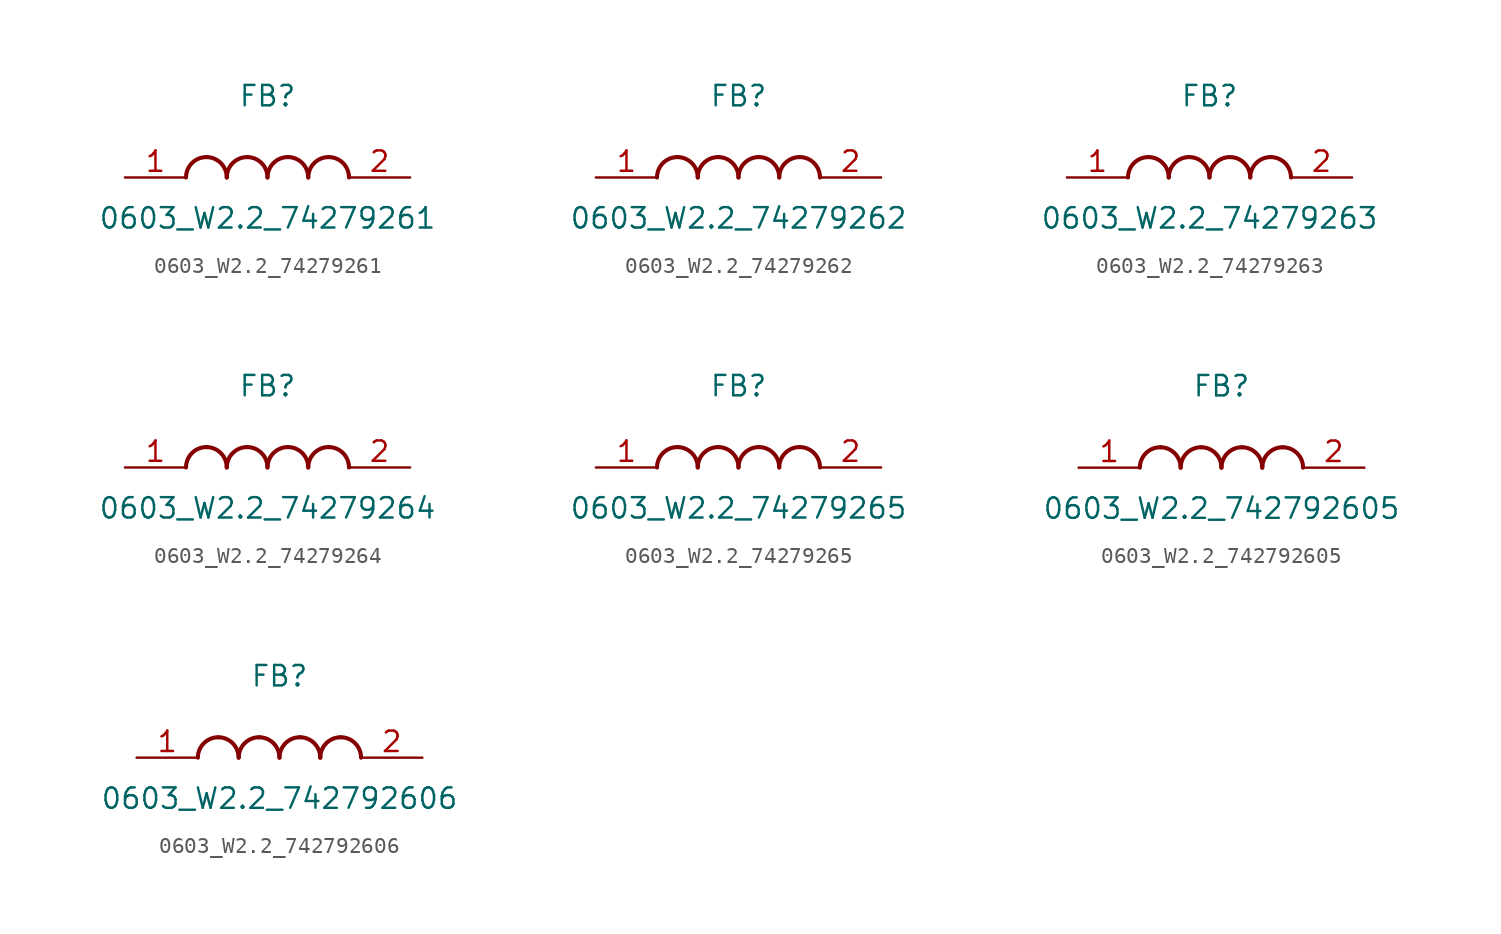
<source format=kicad_sym>
(kicad_symbol_lib
  (version 20211014)
  (generator kicad_symbol_editor)
  (symbol "Ferrite_Wurth_WE-CBF:0603_W2.2_74279261"
    (pin_names hide)
    (property "Reference" "FB"
      (at 0 5.08 0)
      (effects (font (size 1.27 1.27))))
    (property "Value" "0603_W2.2_74279261"
      (at 0 -2.54 0)
      (effects (font (size 1.27 1.27))))
    (symbol "0603_W2.2_74279261_0_1"
      (arc (start -3.81 1.27) (mid -4.708 0.898) (end -5.08 0) (stroke (width 0.254) (type default)) (fill (type none)))
      (arc (start -2.54 0) (mid -2.912 0.898) (end -3.81 1.27) (stroke (width 0.254) (type default)) (fill (type none)))
      (arc (start -1.2699 1.2701) (mid -2.1679 0.8981) (end -2.5399 0.0001) (stroke (width 0.254) (type default)) (fill (type none)))
      (arc (start 0.0001 0.0001) (mid -0.3719 0.8981) (end -1.2699 1.2701) (stroke (width 0.254) (type default)) (fill (type none)))
      (arc (start 1.2701 1.2701) (mid 0.3721 0.8981) (end 0.0001 0.0001) (stroke (width 0.254) (type default)) (fill (type none)))
      (arc (start 2.5401 0.0001) (mid 2.1681 0.8981) (end 1.2701 1.2701) (stroke (width 0.254) (type default)) (fill (type none)))
      (arc (start 3.8101 1.2701) (mid 2.9121 0.8981) (end 2.5401 0.0001) (stroke (width 0.254) (type default)) (fill (type none)))
      (arc (start 5.0801 0.0001) (mid 4.7081 0.8981) (end 3.8101 1.2701) (stroke (width 0.254) (type default)) (fill (type none))))
    (symbol "0603_W2.2_74279261_1_1"
      (pin passive line (at -8.89 0 0) (length 3.81) (name "1" (effects (font (size 1.27 1.27)))) (number "1" (effects (font (size 1.27 1.27)))))
      (pin passive line (at 8.89 0 180) (length 3.81) (name "2" (effects (font (size 1.27 1.27)))) (number "2" (effects (font (size 1.27 1.27)))))))
  (symbol "Ferrite_Wurth_WE-CBF:0603_W2.2_74279262"
    (pin_names hide)
    (property "Reference" "FB"
      (at 0 5.08 0)
      (effects (font (size 1.27 1.27))))
    (property "Value" "0603_W2.2_74279262"
      (at 0 -2.54 0)
      (effects (font (size 1.27 1.27))))
    (symbol "0603_W2.2_74279262_0_1"
      (arc (start -3.81 1.27) (mid -4.708 0.898) (end -5.08 0) (stroke (width 0.254) (type default)) (fill (type none)))
      (arc (start -2.54 0) (mid -2.912 0.898) (end -3.81 1.27) (stroke (width 0.254) (type default)) (fill (type none)))
      (arc (start -1.2699 1.2701) (mid -2.1679 0.8981) (end -2.5399 0.0001) (stroke (width 0.254) (type default)) (fill (type none)))
      (arc (start 0.0001 0.0001) (mid -0.3719 0.8981) (end -1.2699 1.2701) (stroke (width 0.254) (type default)) (fill (type none)))
      (arc (start 1.2701 1.2701) (mid 0.3721 0.8981) (end 0.0001 0.0001) (stroke (width 0.254) (type default)) (fill (type none)))
      (arc (start 2.5401 0.0001) (mid 2.1681 0.8981) (end 1.2701 1.2701) (stroke (width 0.254) (type default)) (fill (type none)))
      (arc (start 3.8101 1.2701) (mid 2.9121 0.8981) (end 2.5401 0.0001) (stroke (width 0.254) (type default)) (fill (type none)))
      (arc (start 5.0801 0.0001) (mid 4.7081 0.8981) (end 3.8101 1.2701) (stroke (width 0.254) (type default)) (fill (type none))))
    (symbol "0603_W2.2_74279262_1_1"
      (pin passive line (at -8.89 0 0) (length 3.81) (name "1" (effects (font (size 1.27 1.27)))) (number "1" (effects (font (size 1.27 1.27)))))
      (pin passive line (at 8.89 0 180) (length 3.81) (name "2" (effects (font (size 1.27 1.27)))) (number "2" (effects (font (size 1.27 1.27)))))))
  (symbol "Ferrite_Wurth_WE-CBF:0603_W2.2_74279263"
    (pin_names hide)
    (property "Reference" "FB"
      (at 0 5.08 0)
      (effects (font (size 1.27 1.27))))
    (property "Value" "0603_W2.2_74279263"
      (at 0 -2.54 0)
      (effects (font (size 1.27 1.27))))
    (symbol "0603_W2.2_74279263_0_1"
      (arc (start -3.81 1.27) (mid -4.708 0.898) (end -5.08 0) (stroke (width 0.254) (type default)) (fill (type none)))
      (arc (start -2.54 0) (mid -2.912 0.898) (end -3.81 1.27) (stroke (width 0.254) (type default)) (fill (type none)))
      (arc (start -1.2699 1.2701) (mid -2.1679 0.8981) (end -2.5399 0.0001) (stroke (width 0.254) (type default)) (fill (type none)))
      (arc (start 0.0001 0.0001) (mid -0.3719 0.8981) (end -1.2699 1.2701) (stroke (width 0.254) (type default)) (fill (type none)))
      (arc (start 1.2701 1.2701) (mid 0.3721 0.8981) (end 0.0001 0.0001) (stroke (width 0.254) (type default)) (fill (type none)))
      (arc (start 2.5401 0.0001) (mid 2.1681 0.8981) (end 1.2701 1.2701) (stroke (width 0.254) (type default)) (fill (type none)))
      (arc (start 3.8101 1.2701) (mid 2.9121 0.8981) (end 2.5401 0.0001) (stroke (width 0.254) (type default)) (fill (type none)))
      (arc (start 5.0801 0.0001) (mid 4.7081 0.8981) (end 3.8101 1.2701) (stroke (width 0.254) (type default)) (fill (type none))))
    (symbol "0603_W2.2_74279263_1_1"
      (pin passive line (at -8.89 0 0) (length 3.81) (name "1" (effects (font (size 1.27 1.27)))) (number "1" (effects (font (size 1.27 1.27)))))
      (pin passive line (at 8.89 0 180) (length 3.81) (name "2" (effects (font (size 1.27 1.27)))) (number "2" (effects (font (size 1.27 1.27)))))))
  (symbol "Ferrite_Wurth_WE-CBF:0603_W2.2_74279264"
    (pin_names hide)
    (property "Reference" "FB"
      (at 0 5.08 0)
      (effects (font (size 1.27 1.27))))
    (property "Value" "0603_W2.2_74279264"
      (at 0 -2.54 0)
      (effects (font (size 1.27 1.27))))
    (symbol "0603_W2.2_74279264_0_1"
      (arc (start -3.81 1.27) (mid -4.708 0.898) (end -5.08 0) (stroke (width 0.254) (type default)) (fill (type none)))
      (arc (start -2.54 0) (mid -2.912 0.898) (end -3.81 1.27) (stroke (width 0.254) (type default)) (fill (type none)))
      (arc (start -1.2699 1.2701) (mid -2.1679 0.8981) (end -2.5399 0.0001) (stroke (width 0.254) (type default)) (fill (type none)))
      (arc (start 0.0001 0.0001) (mid -0.3719 0.8981) (end -1.2699 1.2701) (stroke (width 0.254) (type default)) (fill (type none)))
      (arc (start 1.2701 1.2701) (mid 0.3721 0.8981) (end 0.0001 0.0001) (stroke (width 0.254) (type default)) (fill (type none)))
      (arc (start 2.5401 0.0001) (mid 2.1681 0.8981) (end 1.2701 1.2701) (stroke (width 0.254) (type default)) (fill (type none)))
      (arc (start 3.8101 1.2701) (mid 2.9121 0.8981) (end 2.5401 0.0001) (stroke (width 0.254) (type default)) (fill (type none)))
      (arc (start 5.0801 0.0001) (mid 4.7081 0.8981) (end 3.8101 1.2701) (stroke (width 0.254) (type default)) (fill (type none))))
    (symbol "0603_W2.2_74279264_1_1"
      (pin passive line (at -8.89 0 0) (length 3.81) (name "1" (effects (font (size 1.27 1.27)))) (number "1" (effects (font (size 1.27 1.27)))))
      (pin passive line (at 8.89 0 180) (length 3.81) (name "2" (effects (font (size 1.27 1.27)))) (number "2" (effects (font (size 1.27 1.27)))))))
  (symbol "Ferrite_Wurth_WE-CBF:0603_W2.2_74279265"
    (pin_names hide)
    (property "Reference" "FB"
      (at 0 5.08 0)
      (effects (font (size 1.27 1.27))))
    (property "Value" "0603_W2.2_74279265"
      (at 0 -2.54 0)
      (effects (font (size 1.27 1.27))))
    (symbol "0603_W2.2_74279265_0_1"
      (arc (start -3.81 1.27) (mid -4.708 0.898) (end -5.08 0) (stroke (width 0.254) (type default)) (fill (type none)))
      (arc (start -2.54 0) (mid -2.912 0.898) (end -3.81 1.27) (stroke (width 0.254) (type default)) (fill (type none)))
      (arc (start -1.2699 1.2701) (mid -2.1679 0.8981) (end -2.5399 0.0001) (stroke (width 0.254) (type default)) (fill (type none)))
      (arc (start 0.0001 0.0001) (mid -0.3719 0.8981) (end -1.2699 1.2701) (stroke (width 0.254) (type default)) (fill (type none)))
      (arc (start 1.2701 1.2701) (mid 0.3721 0.8981) (end 0.0001 0.0001) (stroke (width 0.254) (type default)) (fill (type none)))
      (arc (start 2.5401 0.0001) (mid 2.1681 0.8981) (end 1.2701 1.2701) (stroke (width 0.254) (type default)) (fill (type none)))
      (arc (start 3.8101 1.2701) (mid 2.9121 0.8981) (end 2.5401 0.0001) (stroke (width 0.254) (type default)) (fill (type none)))
      (arc (start 5.0801 0.0001) (mid 4.7081 0.8981) (end 3.8101 1.2701) (stroke (width 0.254) (type default)) (fill (type none))))
    (symbol "0603_W2.2_74279265_1_1"
      (pin passive line (at -8.89 0 0) (length 3.81) (name "1" (effects (font (size 1.27 1.27)))) (number "1" (effects (font (size 1.27 1.27)))))
      (pin passive line (at 8.89 0 180) (length 3.81) (name "2" (effects (font (size 1.27 1.27)))) (number "2" (effects (font (size 1.27 1.27)))))))
  (symbol "Ferrite_Wurth_WE-CBF:0603_W2.2_742792605"
    (pin_names hide)
    (property "Reference" "FB"
      (at 0 5.08 0)
      (effects (font (size 1.27 1.27))))
    (property "Value" "0603_W2.2_742792605"
      (at 0 -2.54 0)
      (effects (font (size 1.27 1.27))))
    (symbol "0603_W2.2_742792605_0_1"
      (arc (start -3.81 1.27) (mid -4.708 0.898) (end -5.08 0) (stroke (width 0.254) (type default)) (fill (type none)))
      (arc (start -2.54 0) (mid -2.912 0.898) (end -3.81 1.27) (stroke (width 0.254) (type default)) (fill (type none)))
      (arc (start -1.2699 1.2701) (mid -2.1679 0.8981) (end -2.5399 0.0001) (stroke (width 0.254) (type default)) (fill (type none)))
      (arc (start 0.0001 0.0001) (mid -0.3719 0.8981) (end -1.2699 1.2701) (stroke (width 0.254) (type default)) (fill (type none)))
      (arc (start 1.2701 1.2701) (mid 0.3721 0.8981) (end 0.0001 0.0001) (stroke (width 0.254) (type default)) (fill (type none)))
      (arc (start 2.5401 0.0001) (mid 2.1681 0.8981) (end 1.2701 1.2701) (stroke (width 0.254) (type default)) (fill (type none)))
      (arc (start 3.8101 1.2701) (mid 2.9121 0.8981) (end 2.5401 0.0001) (stroke (width 0.254) (type default)) (fill (type none)))
      (arc (start 5.0801 0.0001) (mid 4.7081 0.8981) (end 3.8101 1.2701) (stroke (width 0.254) (type default)) (fill (type none))))
    (symbol "0603_W2.2_742792605_1_1"
      (pin passive line (at -8.89 0 0) (length 3.81) (name "1" (effects (font (size 1.27 1.27)))) (number "1" (effects (font (size 1.27 1.27)))))
      (pin passive line (at 8.89 0 180) (length 3.81) (name "2" (effects (font (size 1.27 1.27)))) (number "2" (effects (font (size 1.27 1.27)))))))
  (symbol "Ferrite_Wurth_WE-CBF:0603_W2.2_742792606"
    (pin_names hide)
    (property "Reference" "FB"
      (at 0 5.08 0)
      (effects (font (size 1.27 1.27))))
    (property "Value" "0603_W2.2_742792606"
      (at 0 -2.54 0)
      (effects (font (size 1.27 1.27))))
    (symbol "0603_W2.2_742792606_0_1"
      (arc (start -3.81 1.27) (mid -4.708 0.898) (end -5.08 0) (stroke (width 0.254) (type default)) (fill (type none)))
      (arc (start -2.54 0) (mid -2.912 0.898) (end -3.81 1.27) (stroke (width 0.254) (type default)) (fill (type none)))
      (arc (start -1.2699 1.2701) (mid -2.1679 0.8981) (end -2.5399 0.0001) (stroke (width 0.254) (type default)) (fill (type none)))
      (arc (start 0.0001 0.0001) (mid -0.3719 0.8981) (end -1.2699 1.2701) (stroke (width 0.254) (type default)) (fill (type none)))
      (arc (start 1.2701 1.2701) (mid 0.3721 0.8981) (end 0.0001 0.0001) (stroke (width 0.254) (type default)) (fill (type none)))
      (arc (start 2.5401 0.0001) (mid 2.1681 0.8981) (end 1.2701 1.2701) (stroke (width 0.254) (type default)) (fill (type none)))
      (arc (start 3.8101 1.2701) (mid 2.9121 0.8981) (end 2.5401 0.0001) (stroke (width 0.254) (type default)) (fill (type none)))
      (arc (start 5.0801 0.0001) (mid 4.7081 0.8981) (end 3.8101 1.2701) (stroke (width 0.254) (type default)) (fill (type none))))
    (symbol "0603_W2.2_742792606_1_1"
      (pin passive line (at -8.89 0 0) (length 3.81) (name "1" (effects (font (size 1.27 1.27)))) (number "1" (effects (font (size 1.27 1.27)))))
      (pin passive line (at 8.89 0 180) (length 3.81) (name "2" (effects (font (size 1.27 1.27)))) (number "2" (effects (font (size 1.27 1.27))))))))
</source>
